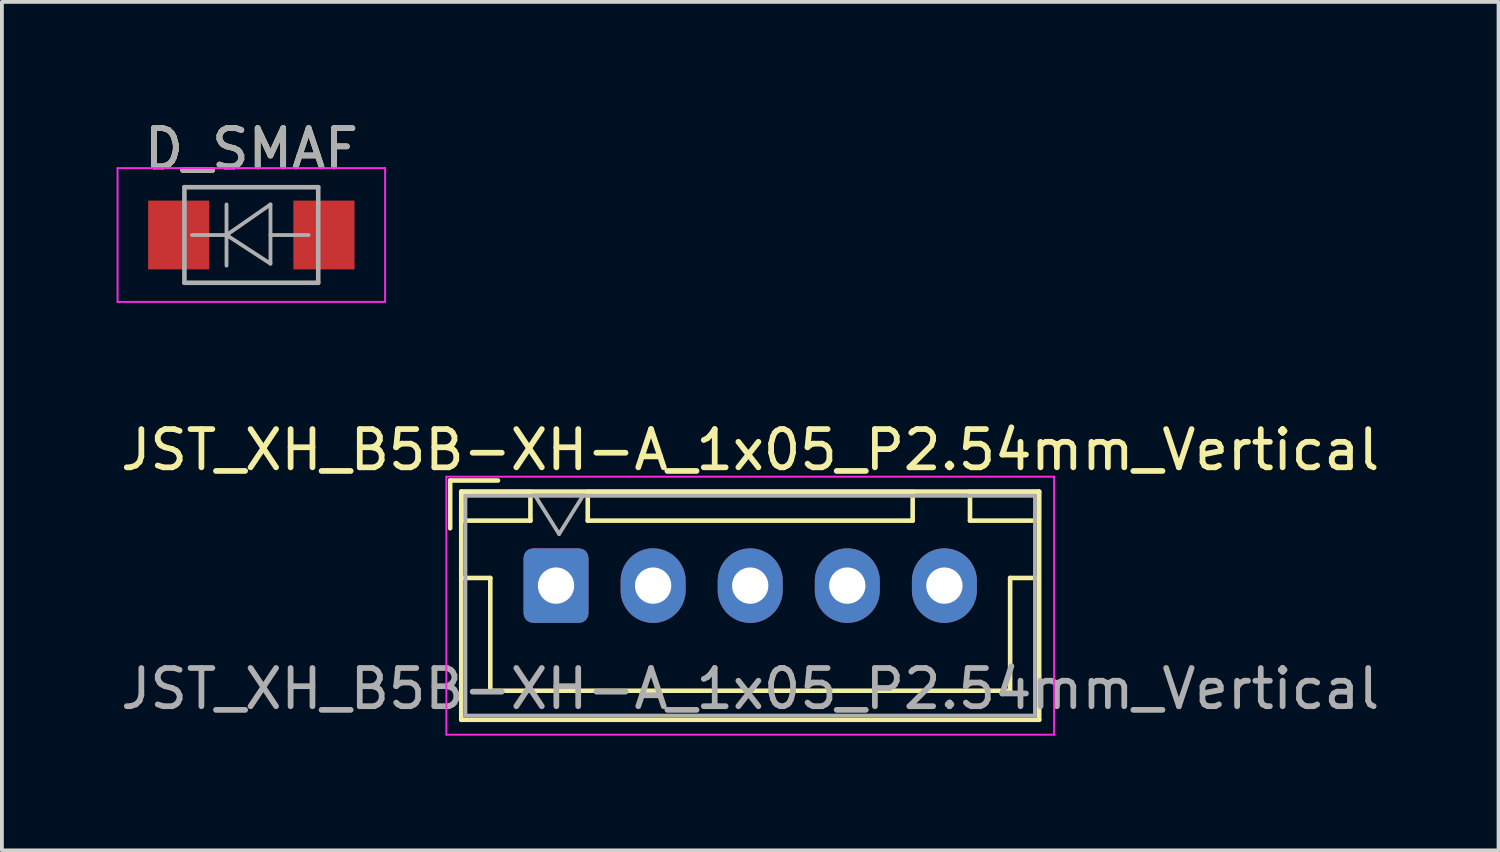
<source format=kicad_pcb>
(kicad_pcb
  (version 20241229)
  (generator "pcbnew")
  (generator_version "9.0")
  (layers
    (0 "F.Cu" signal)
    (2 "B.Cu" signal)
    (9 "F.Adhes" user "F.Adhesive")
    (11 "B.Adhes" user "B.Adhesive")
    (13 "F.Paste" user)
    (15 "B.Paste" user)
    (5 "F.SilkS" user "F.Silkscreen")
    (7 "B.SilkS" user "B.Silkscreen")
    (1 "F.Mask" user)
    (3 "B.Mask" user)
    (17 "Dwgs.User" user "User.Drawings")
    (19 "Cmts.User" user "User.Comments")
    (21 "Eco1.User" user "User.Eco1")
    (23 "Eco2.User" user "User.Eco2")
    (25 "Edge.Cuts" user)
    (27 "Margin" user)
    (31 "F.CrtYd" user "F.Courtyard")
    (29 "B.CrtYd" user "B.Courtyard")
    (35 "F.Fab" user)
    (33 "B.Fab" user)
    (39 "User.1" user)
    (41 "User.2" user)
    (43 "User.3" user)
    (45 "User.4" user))
  (footprint "D_SMAF"
    (layer "F.Cu")
    (at 3.525 3.098)
    (property "Reference" "D_SMAF" (at 0 -2.25 0) (layer "F.SilkS") (effects (font (size 1 1) (thickness 0.15))))
    (attr smd)
    (fp_line (start -3 1.45) (end -3 -1.45) (stroke (width 0.12) (type solid)) (layer "B.Paste"))
    (fp_line (start 1.25 -1.45) (end -3 -1.45) (stroke (width 0.12) (type solid)) (layer "B.Paste"))
    (fp_line (start 1.25 1.45) (end -3 1.45) (stroke (width 0.12) (type solid)) (layer "B.Paste"))
    (fp_line (start -3.5 -1.75) (end 3.5 -1.75) (stroke (width 0.05) (type solid)) (layer "F.CrtYd"))
    (fp_line (start -3.5 1.75) (end -3.5 -1.75) (stroke (width 0.05) (type solid)) (layer "F.CrtYd"))
    (fp_line (start 3.5 -1.75) (end 3.5 1.75) (stroke (width 0.05) (type solid)) (layer "F.CrtYd"))
    (fp_line (start 3.5 1.75) (end -3.5 1.75) (stroke (width 0.05) (type solid)) (layer "F.CrtYd"))
    (fp_line (start -1.75 -1.25) (end 1.75 -1.25) (stroke (width 0.12) (type solid)) (layer "F.Fab"))
    (fp_line (start -1.75 1.25) (end -1.75 -1.25) (stroke (width 0.12) (type solid)) (layer "F.Fab"))
    (fp_line (start -0.649 -0.799) (end -0.649 0.801) (stroke (width 0.1) (type solid)) (layer "F.Fab"))
    (fp_line (start -0.649 0.001) (end -1.551 0.001) (stroke (width 0.1) (type solid)) (layer "F.Fab"))
    (fp_line (start -0.649 0.001) (end 0.501 -0.799) (stroke (width 0.1) (type solid)) (layer "F.Fab"))
    (fp_line (start -0.649 0.001) (end 0.501 0.75) (stroke (width 0.1) (type solid)) (layer "F.Fab"))
    (fp_line (start 0.501 0.001) (end 1.499 0.001) (stroke (width 0.1) (type solid)) (layer "F.Fab"))
    (fp_line (start 0.501 0.75) (end 0.501 -0.799) (stroke (width 0.1) (type solid)) (layer "F.Fab"))
    (fp_line (start 1.75 -1.25) (end 1.75 1.25) (stroke (width 0.12) (type solid)) (layer "F.Fab"))
    (fp_line (start 1.75 1.25) (end -1.75 1.25) (stroke (width 0.12) (type solid)) (layer "F.Fab"))
    (fp_text user "${REFERENCE}" (at 0 -2.25 0) (layer "F.Fab") (effects (font (size 1 1) (thickness 0.15))))
    (pad "1" smd custom (at -1.9 0) (size 1.6 1.8) (layers "F.Cu" "F.Mask" "F.Paste") (options (anchor rect)) (primitives))
    (pad "2" smd custom (at 1.9 0) (size 1.6 1.8) (layers "F.Cu" "F.Mask" "F.Paste") (options (anchor rect)) (primitives)))
  (footprint "JST_XH_B5B-XH-A_1x05_P2.54mm_Vertical"
    (layer "F.Cu")
    (at 11.497 12.271)
    (property "Reference" "JST_XH_B5B-XH-A_1x05_P2.54mm_Vertical" (at 5.08 -3.55 0) (layer "F.SilkS") (effects (font (size 1 1) (thickness 0.15))))
    (attr through_hole)
    (fp_line (start -2.77 -2.75) (end -2.77 -1.5) (stroke (width 0.12) (type solid)) (layer "F.SilkS"))
    (fp_line (start -2.48 -2.46) (end -2.48 3.51) (stroke (width 0.12) (type solid)) (layer "F.SilkS"))
    (fp_line (start -2.48 3.51) (end 12.64 3.51) (stroke (width 0.12) (type solid)) (layer "F.SilkS"))
    (fp_line (start -2.47 -2.45) (end -2.47 -1.7) (stroke (width 0.12) (type solid)) (layer "F.SilkS"))
    (fp_line (start -2.47 -1.7) (end -0.67 -1.7) (stroke (width 0.12) (type solid)) (layer "F.SilkS"))
    (fp_line (start -2.47 -0.2) (end -1.72 -0.2) (stroke (width 0.12) (type solid)) (layer "F.SilkS"))
    (fp_line (start -1.72 -0.2) (end -1.72 2.75) (stroke (width 0.12) (type solid)) (layer "F.SilkS"))
    (fp_line (start -1.72 2.75) (end 5.08 2.75) (stroke (width 0.12) (type solid)) (layer "F.SilkS"))
    (fp_line (start -1.52 -2.75) (end -2.77 -2.75) (stroke (width 0.12) (type solid)) (layer "F.SilkS"))
    (fp_line (start -0.67 -2.45) (end -2.47 -2.45) (stroke (width 0.12) (type solid)) (layer "F.SilkS"))
    (fp_line (start -0.67 -1.7) (end -0.67 -2.45) (stroke (width 0.12) (type solid)) (layer "F.SilkS"))
    (fp_line (start 0.83 -2.45) (end 0.83 -1.7) (stroke (width 0.12) (type solid)) (layer "F.SilkS"))
    (fp_line (start 0.83 -1.7) (end 9.33 -1.7) (stroke (width 0.12) (type solid)) (layer "F.SilkS"))
    (fp_line (start 9.33 -2.45) (end 0.83 -2.45) (stroke (width 0.12) (type solid)) (layer "F.SilkS"))
    (fp_line (start 9.33 -1.7) (end 9.33 -2.45) (stroke (width 0.12) (type solid)) (layer "F.SilkS"))
    (fp_line (start 10.83 -2.45) (end 10.83 -1.7) (stroke (width 0.12) (type solid)) (layer "F.SilkS"))
    (fp_line (start 10.83 -1.7) (end 12.63 -1.7) (stroke (width 0.12) (type solid)) (layer "F.SilkS"))
    (fp_line (start 11.88 -0.2) (end 11.88 2.75) (stroke (width 0.12) (type solid)) (layer "F.SilkS"))
    (fp_line (start 11.88 2.75) (end 5.08 2.75) (stroke (width 0.12) (type solid)) (layer "F.SilkS"))
    (fp_line (start 12.63 -2.45) (end 10.83 -2.45) (stroke (width 0.12) (type solid)) (layer "F.SilkS"))
    (fp_line (start 12.63 -1.7) (end 12.63 -2.45) (stroke (width 0.12) (type solid)) (layer "F.SilkS"))
    (fp_line (start 12.63 -0.2) (end 11.88 -0.2) (stroke (width 0.12) (type solid)) (layer "F.SilkS"))
    (fp_line (start 12.64 -2.46) (end -2.48 -2.46) (stroke (width 0.12) (type solid)) (layer "F.SilkS"))
    (fp_line (start 12.64 3.51) (end 12.64 -2.46) (stroke (width 0.12) (type solid)) (layer "F.SilkS"))
    (fp_line (start -2.87 -2.85) (end -2.87 3.9) (stroke (width 0.05) (type solid)) (layer "F.CrtYd"))
    (fp_line (start -2.87 3.9) (end 13.03 3.9) (stroke (width 0.05) (type solid)) (layer "F.CrtYd"))
    (fp_line (start 13.03 -2.85) (end -2.87 -2.85) (stroke (width 0.05) (type solid)) (layer "F.CrtYd"))
    (fp_line (start 13.03 3.9) (end 13.03 -2.85) (stroke (width 0.05) (type solid)) (layer "F.CrtYd"))
    (fp_line (start -2.37 -2.35) (end -2.37 3.4) (stroke (width 0.1) (type solid)) (layer "F.Fab"))
    (fp_line (start -2.37 3.4) (end 12.53 3.4) (stroke (width 0.1) (type solid)) (layer "F.Fab"))
    (fp_line (start -0.545 -2.35) (end 0.08 -1.35) (stroke (width 0.1) (type solid)) (layer "F.Fab"))
    (fp_line (start 0.08 -1.35) (end 0.705 -2.35) (stroke (width 0.1) (type solid)) (layer "F.Fab"))
    (fp_line (start 12.53 -2.35) (end -2.37 -2.35) (stroke (width 0.1) (type solid)) (layer "F.Fab"))
    (fp_line (start 12.53 3.4) (end 12.53 -2.35) (stroke (width 0.1) (type solid)) (layer "F.Fab"))
    (fp_text user "${REFERENCE}" (at 5.08 2.7 0) (layer "F.Fab") (effects (font (size 1 1) (thickness 0.15))))
    (pad "1" thru_hole roundrect (at 0 0) (size 1.7 1.95) (drill 0.95) (layers "*.Cu" "*.Mask") (roundrect_rratio 0.147))
    (pad "2" thru_hole oval (at 2.54 0) (size 1.7 1.95) (drill 0.95) (layers "*.Cu" "*.Mask"))
    (pad "3" thru_hole oval (at 5.08 0) (size 1.7 1.95) (drill 0.95) (layers "*.Cu" "*.Mask"))
    (pad "4" thru_hole oval (at 7.62 0) (size 1.7 1.95) (drill 0.95) (layers "*.Cu" "*.Mask"))
    (pad "5" thru_hole oval (at 10.16 0) (size 1.7 1.95) (drill 0.95) (layers "*.Cu" "*.Mask")))
  (gr_rect
    (start -3 -3)
    (end 36.155 19.197)
    (stroke (width 0.1) (type default))
    (fill no)
    (layer "Edge.Cuts")))
</source>
